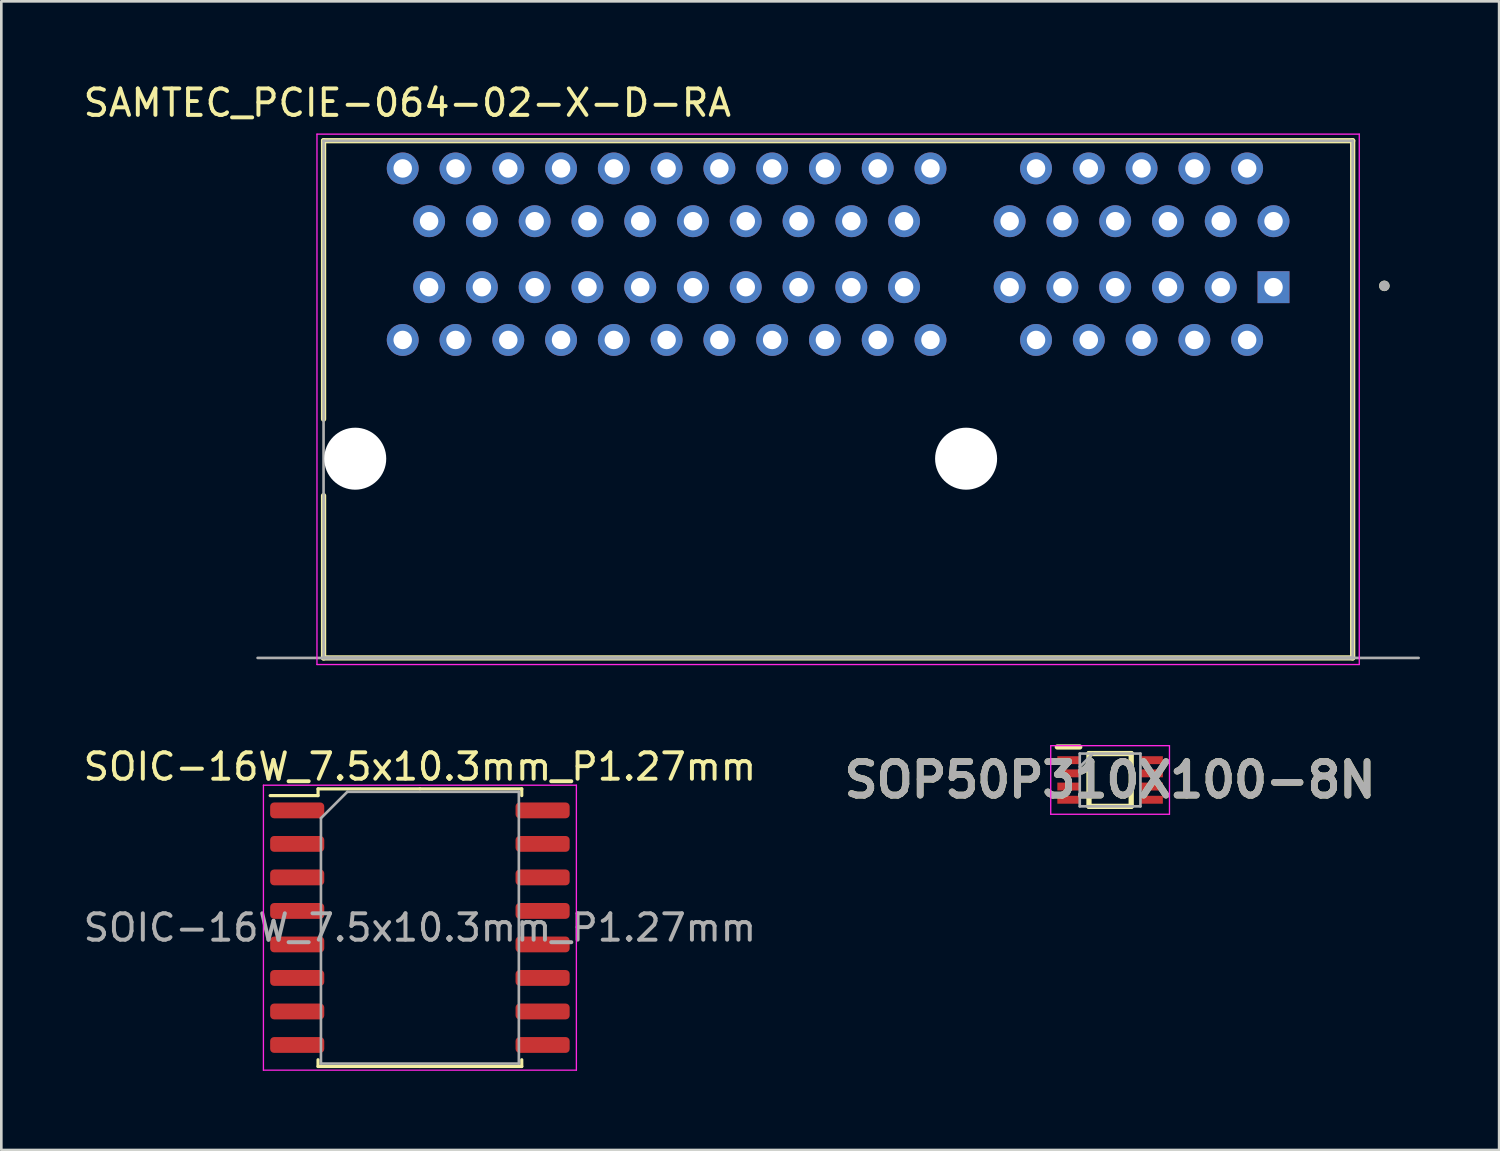
<source format=kicad_pcb>
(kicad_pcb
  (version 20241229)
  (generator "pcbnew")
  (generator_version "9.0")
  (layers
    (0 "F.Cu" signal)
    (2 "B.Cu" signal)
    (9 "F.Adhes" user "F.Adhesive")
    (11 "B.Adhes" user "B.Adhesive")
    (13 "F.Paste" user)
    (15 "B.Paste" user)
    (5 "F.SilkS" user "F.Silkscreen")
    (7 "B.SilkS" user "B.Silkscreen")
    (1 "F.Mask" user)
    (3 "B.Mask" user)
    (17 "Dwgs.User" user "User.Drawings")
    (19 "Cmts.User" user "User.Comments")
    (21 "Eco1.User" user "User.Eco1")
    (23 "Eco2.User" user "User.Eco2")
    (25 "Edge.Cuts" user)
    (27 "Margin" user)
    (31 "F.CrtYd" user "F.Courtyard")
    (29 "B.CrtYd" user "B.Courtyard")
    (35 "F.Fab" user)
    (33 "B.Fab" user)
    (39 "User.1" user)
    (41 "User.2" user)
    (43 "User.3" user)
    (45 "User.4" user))
  (footprint "SOIC-16W_7.5x10.3mm_P1.27mm"
    (layer "F.Cu")
    (at 12.863 32.106)
    (property "Reference" "SOIC-16W_7.5x10.3mm_P1.27mm" (at 0 -6.1 0) (layer "F.SilkS") (effects (font (size 1 1) (thickness 0.15))))
    (attr smd)
    (fp_line (start -3.86 -5.26) (end -3.86 -5.005) (stroke (width 0.12) (type solid)) (layer "F.SilkS"))
    (fp_line (start -3.86 -5.005) (end -5.675 -5.005) (stroke (width 0.12) (type solid)) (layer "F.SilkS"))
    (fp_line (start -3.86 5.26) (end -3.86 5.005) (stroke (width 0.12) (type solid)) (layer "F.SilkS"))
    (fp_line (start 0 -5.26) (end -3.86 -5.26) (stroke (width 0.12) (type solid)) (layer "F.SilkS"))
    (fp_line (start 0 -5.26) (end 3.86 -5.26) (stroke (width 0.12) (type solid)) (layer "F.SilkS"))
    (fp_line (start 0 5.26) (end -3.86 5.26) (stroke (width 0.12) (type solid)) (layer "F.SilkS"))
    (fp_line (start 0 5.26) (end 3.86 5.26) (stroke (width 0.12) (type solid)) (layer "F.SilkS"))
    (fp_line (start 3.86 -5.26) (end 3.86 -5.005) (stroke (width 0.12) (type solid)) (layer "F.SilkS"))
    (fp_line (start 3.86 5.26) (end 3.86 5.005) (stroke (width 0.12) (type solid)) (layer "F.SilkS"))
    (fp_line (start -5.93 -5.4) (end -5.93 5.4) (stroke (width 0.05) (type solid)) (layer "F.CrtYd"))
    (fp_line (start -5.93 5.4) (end 5.93 5.4) (stroke (width 0.05) (type solid)) (layer "F.CrtYd"))
    (fp_line (start 5.93 -5.4) (end -5.93 -5.4) (stroke (width 0.05) (type solid)) (layer "F.CrtYd"))
    (fp_line (start 5.93 5.4) (end 5.93 -5.4) (stroke (width 0.05) (type solid)) (layer "F.CrtYd"))
    (fp_line (start -3.75 -4.15) (end -2.75 -5.15) (stroke (width 0.1) (type solid)) (layer "F.Fab"))
    (fp_line (start -3.75 5.15) (end -3.75 -4.15) (stroke (width 0.1) (type solid)) (layer "F.Fab"))
    (fp_line (start -2.75 -5.15) (end 3.75 -5.15) (stroke (width 0.1) (type solid)) (layer "F.Fab"))
    (fp_line (start 3.75 -5.15) (end 3.75 5.15) (stroke (width 0.1) (type solid)) (layer "F.Fab"))
    (fp_line (start 3.75 5.15) (end -3.75 5.15) (stroke (width 0.1) (type solid)) (layer "F.Fab"))
    (fp_text user "${REFERENCE}" (at 0 0 0) (layer "F.Fab") (effects (font (size 1 1) (thickness 0.15))))
    (pad "1" smd roundrect (at -4.65 -4.445) (size 2.05 0.6) (layers "F.Cu" "F.Mask" "F.Paste") (roundrect_rratio 0.25))
    (pad "2" smd roundrect (at -4.65 -3.175) (size 2.05 0.6) (layers "F.Cu" "F.Mask" "F.Paste") (roundrect_rratio 0.25))
    (pad "3" smd roundrect (at -4.65 -1.905) (size 2.05 0.6) (layers "F.Cu" "F.Mask" "F.Paste") (roundrect_rratio 0.25))
    (pad "4" smd roundrect (at -4.65 -0.635) (size 2.05 0.6) (layers "F.Cu" "F.Mask" "F.Paste") (roundrect_rratio 0.25))
    (pad "5" smd roundrect (at -4.65 0.635) (size 2.05 0.6) (layers "F.Cu" "F.Mask" "F.Paste") (roundrect_rratio 0.25))
    (pad "6" smd roundrect (at -4.65 1.905) (size 2.05 0.6) (layers "F.Cu" "F.Mask" "F.Paste") (roundrect_rratio 0.25))
    (pad "7" smd roundrect (at -4.65 3.175) (size 2.05 0.6) (layers "F.Cu" "F.Mask" "F.Paste") (roundrect_rratio 0.25))
    (pad "8" smd roundrect (at -4.65 4.445) (size 2.05 0.6) (layers "F.Cu" "F.Mask" "F.Paste") (roundrect_rratio 0.25))
    (pad "9" smd roundrect (at 4.65 4.445) (size 2.05 0.6) (layers "F.Cu" "F.Mask" "F.Paste") (roundrect_rratio 0.25))
    (pad "10" smd roundrect (at 4.65 3.175) (size 2.05 0.6) (layers "F.Cu" "F.Mask" "F.Paste") (roundrect_rratio 0.25))
    (pad "11" smd roundrect (at 4.65 1.905) (size 2.05 0.6) (layers "F.Cu" "F.Mask" "F.Paste") (roundrect_rratio 0.25))
    (pad "12" smd roundrect (at 4.65 0.635) (size 2.05 0.6) (layers "F.Cu" "F.Mask" "F.Paste") (roundrect_rratio 0.25))
    (pad "13" smd roundrect (at 4.65 -0.635) (size 2.05 0.6) (layers "F.Cu" "F.Mask" "F.Paste") (roundrect_rratio 0.25))
    (pad "14" smd roundrect (at 4.65 -1.905) (size 2.05 0.6) (layers "F.Cu" "F.Mask" "F.Paste") (roundrect_rratio 0.25))
    (pad "15" smd roundrect (at 4.65 -3.175) (size 2.05 0.6) (layers "F.Cu" "F.Mask" "F.Paste") (roundrect_rratio 0.25))
    (pad "16" smd roundrect (at 4.65 -4.445) (size 2.05 0.6) (layers "F.Cu" "F.Mask" "F.Paste") (roundrect_rratio 0.25)))
  (footprint "SOP50P310X100-8N"
    (layer "F.Cu")
    (at 39.019 26.508)
    (property "Reference" "SOP50P310X100-8N" (at 0 0 0) (layer "F.SilkS") (effects (font (size 1.27 1.27) (thickness 0.254))))
    (attr smd)
    (fp_line (start -2 -1.25) (end -1.15 -1.25) (stroke (width 0.2) (type solid)) (layer "F.SilkS"))
    (fp_line (start -0.8 -1) (end 0.8 -1) (stroke (width 0.2) (type solid)) (layer "F.SilkS"))
    (fp_line (start -0.8 1) (end -0.8 -1) (stroke (width 0.2) (type solid)) (layer "F.SilkS"))
    (fp_line (start 0.8 -1) (end 0.8 1) (stroke (width 0.2) (type solid)) (layer "F.SilkS"))
    (fp_line (start 0.8 1) (end -0.8 1) (stroke (width 0.2) (type solid)) (layer "F.SilkS"))
    (fp_line (start -2.25 -1.3) (end 2.25 -1.3) (stroke (width 0.05) (type solid)) (layer "F.CrtYd"))
    (fp_line (start -2.25 1.3) (end -2.25 -1.3) (stroke (width 0.05) (type solid)) (layer "F.CrtYd"))
    (fp_line (start 2.25 -1.3) (end 2.25 1.3) (stroke (width 0.05) (type solid)) (layer "F.CrtYd"))
    (fp_line (start 2.25 1.3) (end -2.25 1.3) (stroke (width 0.05) (type solid)) (layer "F.CrtYd"))
    (fp_line (start -1.15 -1) (end 1.15 -1) (stroke (width 0.1) (type solid)) (layer "F.Fab"))
    (fp_line (start -1.15 -0.5) (end -0.65 -1) (stroke (width 0.1) (type solid)) (layer "F.Fab"))
    (fp_line (start -1.15 1) (end -1.15 -1) (stroke (width 0.1) (type solid)) (layer "F.Fab"))
    (fp_line (start 1.15 -1) (end 1.15 1) (stroke (width 0.1) (type solid)) (layer "F.Fab"))
    (fp_line (start 1.15 1) (end -1.15 1) (stroke (width 0.1) (type solid)) (layer "F.Fab"))
    (fp_text user "${REFERENCE}" (at 0 0 0) (layer "F.Fab") (effects (font (size 1.27 1.27) (thickness 0.254))))
    (pad "1" smd rect (at -1.575 -0.75 90) (size 0.3 0.85) (layers "F.Cu" "F.Mask" "F.Paste"))
    (pad "2" smd rect (at -1.575 -0.25 90) (size 0.3 0.85) (layers "F.Cu" "F.Mask" "F.Paste"))
    (pad "3" smd rect (at -1.575 0.25 90) (size 0.3 0.85) (layers "F.Cu" "F.Mask" "F.Paste"))
    (pad "4" smd rect (at -1.575 0.75 90) (size 0.3 0.85) (layers "F.Cu" "F.Mask" "F.Paste"))
    (pad "5" smd rect (at 1.575 0.75 90) (size 0.3 0.85) (layers "F.Cu" "F.Mask" "F.Paste"))
    (pad "6" smd rect (at 1.575 0.25 90) (size 0.3 0.85) (layers "F.Cu" "F.Mask" "F.Paste"))
    (pad "7" smd rect (at 1.575 -0.25 90) (size 0.3 0.85) (layers "F.Cu" "F.Mask" "F.Paste"))
    (pad "8" smd rect (at 1.575 -0.75 90) (size 0.3 0.85) (layers "F.Cu" "F.Mask" "F.Paste")))
  (footprint "SAMTEC_PCIE-064-02-X-D-RA"
    (layer "F.Cu")
    (at 28.712 12.083)
    (property "Reference" "SAMTEC_PCIE-064-02-X-D-RA" (at -16.325 -11.235 0) (layer "F.SilkS") (effects (font (size 1 1) (thickness 0.15))))
    (attr through_hole)
    (fp_line (start -19.5 -9.8) (end 19.5 -9.8) (stroke (width 0.2) (type solid)) (layer "F.SilkS"))
    (fp_line (start -19.5 0.75) (end -19.5 -9.8) (stroke (width 0.2) (type solid)) (layer "F.SilkS"))
    (fp_line (start -19.5 9.8) (end -19.5 3.65) (stroke (width 0.2) (type solid)) (layer "F.SilkS"))
    (fp_line (start 19.5 -9.8) (end 19.5 9.8) (stroke (width 0.2) (type solid)) (layer "F.SilkS"))
    (fp_line (start 19.5 9.8) (end -19.5 9.8) (stroke (width 0.2) (type solid)) (layer "F.SilkS"))
    (fp_circle (center 20.7 -4.3) (end 20.8 -4.3) (stroke (width 0.2) (type solid)) (fill no) (layer "F.SilkS"))
    (fp_line (start -19.75 -10.05) (end 19.75 -10.05) (stroke (width 0.05) (type solid)) (layer "F.CrtYd"))
    (fp_line (start -19.75 10.05) (end -19.75 -10.05) (stroke (width 0.05) (type solid)) (layer "F.CrtYd"))
    (fp_line (start 19.75 -10.05) (end 19.75 10.05) (stroke (width 0.05) (type solid)) (layer "F.CrtYd"))
    (fp_line (start 19.75 10.05) (end -19.75 10.05) (stroke (width 0.05) (type solid)) (layer "F.CrtYd"))
    (fp_line (start -22 9.8) (end 22 9.8) (stroke (width 0.1) (type solid)) (layer "F.Fab"))
    (fp_line (start -19.5 -9.8) (end 19.5 -9.8) (stroke (width 0.1) (type solid)) (layer "F.Fab"))
    (fp_line (start -19.5 9.8) (end -19.5 -9.8) (stroke (width 0.1) (type solid)) (layer "F.Fab"))
    (fp_line (start 19.5 -9.8) (end 19.5 9.8) (stroke (width 0.1) (type solid)) (layer "F.Fab"))
    (fp_line (start 19.5 9.8) (end -19.5 9.8) (stroke (width 0.127) (type solid)) (layer "F.Fab"))
    (fp_circle (center 20.7 -4.3) (end 20.8 -4.3) (stroke (width 0.2) (type solid)) (fill no) (layer "F.Fab"))
    (pad "" np_thru_hole circle (at -18.3 2.25) (size 2.35 2.35) (drill 2.35) (layers "*.Cu" "*.Mask"))
    (pad "" np_thru_hole circle (at 4.85 2.25) (size 2.35 2.35) (drill 2.35) (layers "*.Cu" "*.Mask"))
    (pad "A01" thru_hole rect (at 16.5 -4.25) (size 1.208 1.208) (drill 0.7) (layers "*.Cu" "*.Mask"))
    (pad "A02" thru_hole circle (at 15.5 -2.25) (size 1.208 1.208) (drill 0.7) (layers "*.Cu" "*.Mask"))
    (pad "A03" thru_hole circle (at 14.5 -4.25) (size 1.208 1.208) (drill 0.7) (layers "*.Cu" "*.Mask"))
    (pad "A04" thru_hole circle (at 13.5 -2.25) (size 1.208 1.208) (drill 0.7) (layers "*.Cu" "*.Mask"))
    (pad "A05" thru_hole circle (at 12.5 -4.25) (size 1.208 1.208) (drill 0.7) (layers "*.Cu" "*.Mask"))
    (pad "A06" thru_hole circle (at 11.5 -2.25) (size 1.208 1.208) (drill 0.7) (layers "*.Cu" "*.Mask"))
    (pad "A07" thru_hole circle (at 10.5 -4.25) (size 1.208 1.208) (drill 0.7) (layers "*.Cu" "*.Mask"))
    (pad "A08" thru_hole circle (at 9.5 -2.25) (size 1.208 1.208) (drill 0.7) (layers "*.Cu" "*.Mask"))
    (pad "A09" thru_hole circle (at 8.5 -4.25) (size 1.208 1.208) (drill 0.7) (layers "*.Cu" "*.Mask"))
    (pad "A10" thru_hole circle (at 7.5 -2.25) (size 1.208 1.208) (drill 0.7) (layers "*.Cu" "*.Mask"))
    (pad "A11" thru_hole circle (at 6.5 -4.25) (size 1.208 1.208) (drill 0.7) (layers "*.Cu" "*.Mask"))
    (pad "A12" thru_hole circle (at 3.5 -2.25) (size 1.208 1.208) (drill 0.7) (layers "*.Cu" "*.Mask"))
    (pad "A13" thru_hole circle (at 2.5 -4.25) (size 1.208 1.208) (drill 0.7) (layers "*.Cu" "*.Mask"))
    (pad "A14" thru_hole circle (at 1.5 -2.25) (size 1.208 1.208) (drill 0.7) (layers "*.Cu" "*.Mask"))
    (pad "A15" thru_hole circle (at 0.5 -4.25) (size 1.208 1.208) (drill 0.7) (layers "*.Cu" "*.Mask"))
    (pad "A16" thru_hole circle (at -0.5 -2.25) (size 1.208 1.208) (drill 0.7) (layers "*.Cu" "*.Mask"))
    (pad "A17" thru_hole circle (at -1.5 -4.25) (size 1.208 1.208) (drill 0.7) (layers "*.Cu" "*.Mask"))
    (pad "A18" thru_hole circle (at -2.5 -2.25) (size 1.208 1.208) (drill 0.7) (layers "*.Cu" "*.Mask"))
    (pad "A19" thru_hole circle (at -3.5 -4.25) (size 1.208 1.208) (drill 0.7) (layers "*.Cu" "*.Mask"))
    (pad "A20" thru_hole circle (at -4.5 -2.25) (size 1.208 1.208) (drill 0.7) (layers "*.Cu" "*.Mask"))
    (pad "A21" thru_hole circle (at -5.5 -4.25) (size 1.208 1.208) (drill 0.7) (layers "*.Cu" "*.Mask"))
    (pad "A22" thru_hole circle (at -6.5 -2.25) (size 1.208 1.208) (drill 0.7) (layers "*.Cu" "*.Mask"))
    (pad "A23" thru_hole circle (at -7.5 -4.25) (size 1.208 1.208) (drill 0.7) (layers "*.Cu" "*.Mask"))
    (pad "A24" thru_hole circle (at -8.5 -2.25) (size 1.208 1.208) (drill 0.7) (layers "*.Cu" "*.Mask"))
    (pad "A25" thru_hole circle (at -9.5 -4.25) (size 1.208 1.208) (drill 0.7) (layers "*.Cu" "*.Mask"))
    (pad "A26" thru_hole circle (at -10.5 -2.25) (size 1.208 1.208) (drill 0.7) (layers "*.Cu" "*.Mask"))
    (pad "A27" thru_hole circle (at -11.5 -4.25) (size 1.208 1.208) (drill 0.7) (layers "*.Cu" "*.Mask"))
    (pad "A28" thru_hole circle (at -12.5 -2.25) (size 1.208 1.208) (drill 0.7) (layers "*.Cu" "*.Mask"))
    (pad "A29" thru_hole circle (at -13.5 -4.25) (size 1.208 1.208) (drill 0.7) (layers "*.Cu" "*.Mask"))
    (pad "A30" thru_hole circle (at -14.5 -2.25) (size 1.208 1.208) (drill 0.7) (layers "*.Cu" "*.Mask"))
    (pad "A31" thru_hole circle (at -15.5 -4.25) (size 1.208 1.208) (drill 0.7) (layers "*.Cu" "*.Mask"))
    (pad "A32" thru_hole circle (at -16.5 -2.25) (size 1.208 1.208) (drill 0.7) (layers "*.Cu" "*.Mask"))
    (pad "B01" thru_hole circle (at 16.5 -6.75) (size 1.208 1.208) (drill 0.7) (layers "*.Cu" "*.Mask"))
    (pad "B02" thru_hole circle (at 15.5 -8.75) (size 1.208 1.208) (drill 0.7) (layers "*.Cu" "*.Mask"))
    (pad "B03" thru_hole circle (at 14.5 -6.75) (size 1.208 1.208) (drill 0.7) (layers "*.Cu" "*.Mask"))
    (pad "B04" thru_hole circle (at 13.5 -8.75) (size 1.208 1.208) (drill 0.7) (layers "*.Cu" "*.Mask"))
    (pad "B05" thru_hole circle (at 12.5 -6.75) (size 1.208 1.208) (drill 0.7) (layers "*.Cu" "*.Mask"))
    (pad "B06" thru_hole circle (at 11.5 -8.75) (size 1.208 1.208) (drill 0.7) (layers "*.Cu" "*.Mask"))
    (pad "B07" thru_hole circle (at 10.5 -6.75) (size 1.208 1.208) (drill 0.7) (layers "*.Cu" "*.Mask"))
    (pad "B08" thru_hole circle (at 9.5 -8.75) (size 1.208 1.208) (drill 0.7) (layers "*.Cu" "*.Mask"))
    (pad "B09" thru_hole circle (at 8.5 -6.75) (size 1.208 1.208) (drill 0.7) (layers "*.Cu" "*.Mask"))
    (pad "B10" thru_hole circle (at 7.5 -8.75) (size 1.208 1.208) (drill 0.7) (layers "*.Cu" "*.Mask"))
    (pad "B11" thru_hole circle (at 6.5 -6.75) (size 1.208 1.208) (drill 0.7) (layers "*.Cu" "*.Mask"))
    (pad "B12" thru_hole circle (at 3.5 -8.75) (size 1.208 1.208) (drill 0.7) (layers "*.Cu" "*.Mask"))
    (pad "B13" thru_hole circle (at 2.5 -6.75) (size 1.208 1.208) (drill 0.7) (layers "*.Cu" "*.Mask"))
    (pad "B14" thru_hole circle (at 1.5 -8.75) (size 1.208 1.208) (drill 0.7) (layers "*.Cu" "*.Mask"))
    (pad "B15" thru_hole circle (at 0.5 -6.75) (size 1.208 1.208) (drill 0.7) (layers "*.Cu" "*.Mask"))
    (pad "B16" thru_hole circle (at -0.5 -8.75) (size 1.208 1.208) (drill 0.7) (layers "*.Cu" "*.Mask"))
    (pad "B17" thru_hole circle (at -1.5 -6.75) (size 1.208 1.208) (drill 0.7) (layers "*.Cu" "*.Mask"))
    (pad "B18" thru_hole circle (at -2.5 -8.75) (size 1.208 1.208) (drill 0.7) (layers "*.Cu" "*.Mask"))
    (pad "B19" thru_hole circle (at -3.5 -6.75) (size 1.208 1.208) (drill 0.7) (layers "*.Cu" "*.Mask"))
    (pad "B20" thru_hole circle (at -4.5 -8.75) (size 1.208 1.208) (drill 0.7) (layers "*.Cu" "*.Mask"))
    (pad "B21" thru_hole circle (at -5.5 -6.75) (size 1.208 1.208) (drill 0.7) (layers "*.Cu" "*.Mask"))
    (pad "B22" thru_hole circle (at -6.5 -8.75) (size 1.208 1.208) (drill 0.7) (layers "*.Cu" "*.Mask"))
    (pad "B23" thru_hole circle (at -7.5 -6.75) (size 1.208 1.208) (drill 0.7) (layers "*.Cu" "*.Mask"))
    (pad "B24" thru_hole circle (at -8.5 -8.75) (size 1.208 1.208) (drill 0.7) (layers "*.Cu" "*.Mask"))
    (pad "B25" thru_hole circle (at -9.5 -6.75) (size 1.208 1.208) (drill 0.7) (layers "*.Cu" "*.Mask"))
    (pad "B26" thru_hole circle (at -10.5 -8.75) (size 1.208 1.208) (drill 0.7) (layers "*.Cu" "*.Mask"))
    (pad "B27" thru_hole circle (at -11.5 -6.75) (size 1.208 1.208) (drill 0.7) (layers "*.Cu" "*.Mask"))
    (pad "B28" thru_hole circle (at -12.5 -8.75) (size 1.208 1.208) (drill 0.7) (layers "*.Cu" "*.Mask"))
    (pad "B29" thru_hole circle (at -13.5 -6.75) (size 1.208 1.208) (drill 0.7) (layers "*.Cu" "*.Mask"))
    (pad "B30" thru_hole circle (at -14.5 -8.75) (size 1.208 1.208) (drill 0.7) (layers "*.Cu" "*.Mask"))
    (pad "B31" thru_hole circle (at -15.5 -6.75) (size 1.208 1.208) (drill 0.7) (layers "*.Cu" "*.Mask"))
    (pad "B32" thru_hole circle (at -16.5 -8.75) (size 1.208 1.208) (drill 0.7) (layers "*.Cu" "*.Mask")))
  (gr_rect
    (start -3 -3)
    (end 53.762 40.532)
    (stroke (width 0.1) (type default))
    (fill no)
    (layer "Edge.Cuts")))
</source>
